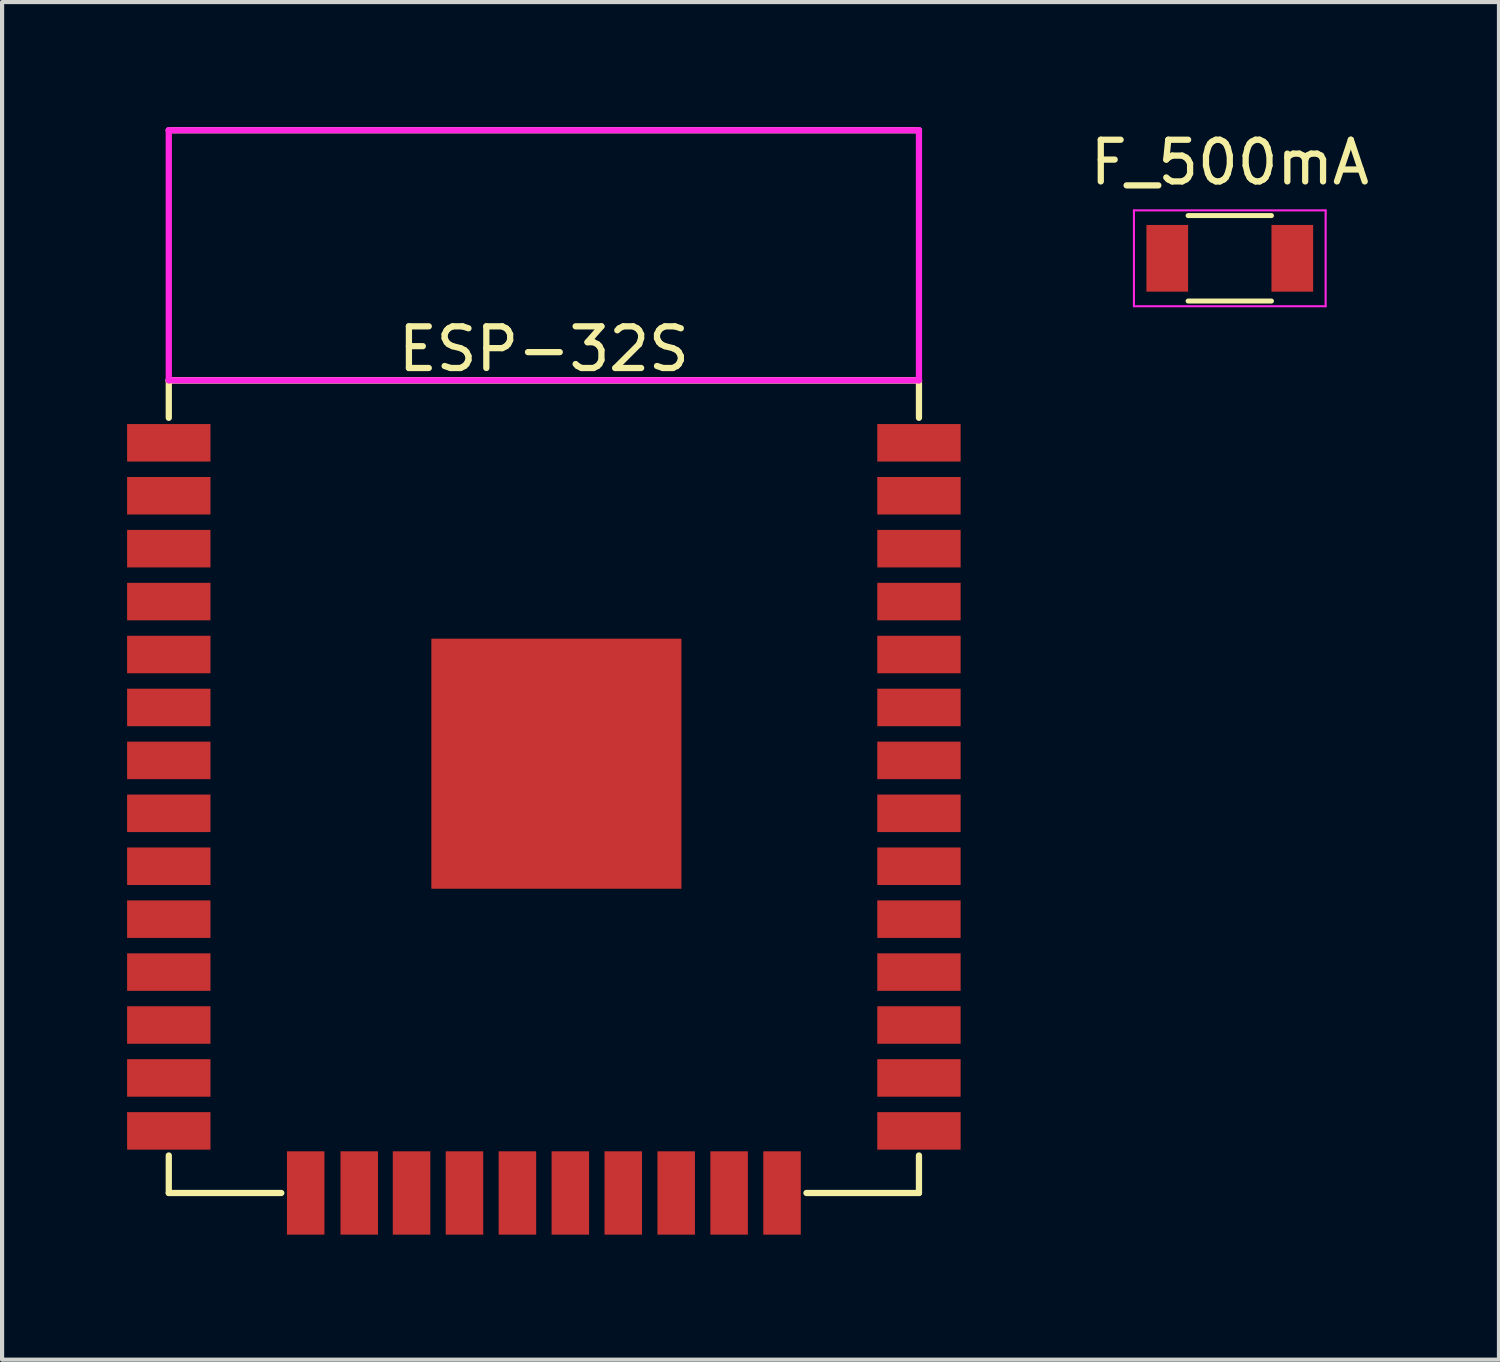
<source format=kicad_pcb>
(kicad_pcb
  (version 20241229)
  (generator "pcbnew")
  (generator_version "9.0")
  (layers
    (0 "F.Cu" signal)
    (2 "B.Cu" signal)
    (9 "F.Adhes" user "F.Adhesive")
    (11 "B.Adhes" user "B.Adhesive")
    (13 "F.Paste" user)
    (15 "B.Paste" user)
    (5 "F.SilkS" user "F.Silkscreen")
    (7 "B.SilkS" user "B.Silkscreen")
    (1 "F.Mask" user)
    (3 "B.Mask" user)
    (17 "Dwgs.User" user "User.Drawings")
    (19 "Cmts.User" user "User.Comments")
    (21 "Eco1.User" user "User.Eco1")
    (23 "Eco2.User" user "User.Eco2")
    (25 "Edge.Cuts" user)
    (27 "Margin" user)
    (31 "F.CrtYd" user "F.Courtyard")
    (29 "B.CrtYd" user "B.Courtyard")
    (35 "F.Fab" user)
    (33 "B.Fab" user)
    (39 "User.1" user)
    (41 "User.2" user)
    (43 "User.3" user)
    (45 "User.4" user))
  (footprint "ESP-32S"
    (layer "F.Cu")
    (at 10 12.825)
    (property "Reference" "ESP-32S" (at 0 -7.5 0) (layer "F.SilkS") (effects (font (size 1 1) (thickness 0.15))))
    (attr through_hole)
    (fp_line (start -9 -12.75) (end 9 -12.75) (stroke (width 0.15) (type solid)) (layer "F.SilkS"))
    (fp_line (start -9 -6.75) (end -9 -5.85) (stroke (width 0.15) (type solid)) (layer "F.SilkS"))
    (fp_line (start -9 -6.75) (end 9 -6.75) (stroke (width 0.15) (type solid)) (layer "F.SilkS"))
    (fp_line (start -9 -6.75) (end 9 -6.75) (stroke (width 0.15) (type solid)) (layer "F.SilkS"))
    (fp_line (start -9 12.75) (end -9 11.85) (stroke (width 0.15) (type solid)) (layer "F.SilkS"))
    (fp_line (start -9 12.75) (end -6.3 12.75) (stroke (width 0.15) (type solid)) (layer "F.SilkS"))
    (fp_line (start 9 -6.75) (end 9 -5.85) (stroke (width 0.15) (type solid)) (layer "F.SilkS"))
    (fp_line (start 9 12.75) (end 6.3 12.75) (stroke (width 0.15) (type solid)) (layer "F.SilkS"))
    (fp_line (start 9 12.75) (end 9 11.85) (stroke (width 0.15) (type solid)) (layer "F.SilkS"))
    (fp_line (start -9 -12.75) (end -9 -6.75) (stroke (width 0.15) (type solid)) (layer "F.CrtYd"))
    (fp_line (start -9 -6.75) (end 9 -6.75) (stroke (width 0.15) (type solid)) (layer "F.CrtYd"))
    (fp_line (start 9 -12.75) (end -9 -12.75) (stroke (width 0.15) (type solid)) (layer "F.CrtYd"))
    (fp_line (start 9 -6.75) (end 9 -12.75) (stroke (width 0.15) (type solid)) (layer "F.CrtYd"))
    (pad "1" smd rect (at -9 -5.25) (size 2 0.9) (layers "F.Cu" "F.Mask" "F.Paste"))
    (pad "1" smd rect (at 0.3 2.45 90) (size 6 6) (layers "F.Cu" "F.Mask" "F.Paste"))
    (pad "2" smd rect (at -9 -3.98) (size 2 0.9) (layers "F.Cu" "F.Mask" "F.Paste"))
    (pad "3" smd rect (at -9 -2.71) (size 2 0.9) (layers "F.Cu" "F.Mask" "F.Paste"))
    (pad "4" smd rect (at -9 -1.44) (size 2 0.9) (layers "F.Cu" "F.Mask" "F.Paste"))
    (pad "5" smd rect (at -9 -0.17) (size 2 0.9) (layers "F.Cu" "F.Mask" "F.Paste"))
    (pad "6" smd rect (at -9 1.1) (size 2 0.9) (layers "F.Cu" "F.Mask" "F.Paste"))
    (pad "7" smd rect (at -9 2.37) (size 2 0.9) (layers "F.Cu" "F.Mask" "F.Paste"))
    (pad "8" smd rect (at -9 3.64) (size 2 0.9) (layers "F.Cu" "F.Mask" "F.Paste"))
    (pad "9" smd rect (at -9 4.91) (size 2 0.9) (layers "F.Cu" "F.Mask" "F.Paste"))
    (pad "10" smd rect (at -9 6.18) (size 2 0.9) (layers "F.Cu" "F.Mask" "F.Paste"))
    (pad "11" smd rect (at -9 7.45) (size 2 0.9) (layers "F.Cu" "F.Mask" "F.Paste"))
    (pad "12" smd rect (at -9 8.72) (size 2 0.9) (layers "F.Cu" "F.Mask" "F.Paste"))
    (pad "13" smd rect (at -9 9.99) (size 2 0.9) (layers "F.Cu" "F.Mask" "F.Paste"))
    (pad "14" smd rect (at -9 11.26) (size 2 0.9) (layers "F.Cu" "F.Mask" "F.Paste"))
    (pad "15" smd rect (at -5.715 12.75 90) (size 2 0.9) (layers "F.Cu" "F.Mask" "F.Paste"))
    (pad "16" smd rect (at -4.43 12.75 90) (size 2 0.9) (layers "F.Cu" "F.Mask" "F.Paste"))
    (pad "17" smd rect (at -3.175 12.75 90) (size 2 0.9) (layers "F.Cu" "F.Mask" "F.Paste"))
    (pad "18" smd rect (at -1.905 12.75 90) (size 2 0.9) (layers "F.Cu" "F.Mask" "F.Paste"))
    (pad "19" smd rect (at -0.635 12.75 90) (size 2 0.9) (layers "F.Cu" "F.Mask" "F.Paste"))
    (pad "20" smd rect (at 0.635 12.75 90) (size 2 0.9) (layers "F.Cu" "F.Mask" "F.Paste"))
    (pad "21" smd rect (at 1.905 12.75 90) (size 2 0.9) (layers "F.Cu" "F.Mask" "F.Paste"))
    (pad "22" smd rect (at 3.175 12.75 90) (size 2 0.9) (layers "F.Cu" "F.Mask" "F.Paste"))
    (pad "23" smd rect (at 4.445 12.75 90) (size 2 0.9) (layers "F.Cu" "F.Mask" "F.Paste"))
    (pad "24" smd rect (at 5.715 12.75 90) (size 2 0.9) (layers "F.Cu" "F.Mask" "F.Paste"))
    (pad "25" smd rect (at 9 11.26) (size 2 0.9) (layers "F.Cu" "F.Mask" "F.Paste"))
    (pad "26" smd rect (at 9 9.99) (size 2 0.9) (layers "F.Cu" "F.Mask" "F.Paste"))
    (pad "27" smd rect (at 9 8.72) (size 2 0.9) (layers "F.Cu" "F.Mask" "F.Paste"))
    (pad "28" smd rect (at 9 7.45) (size 2 0.9) (layers "F.Cu" "F.Mask" "F.Paste"))
    (pad "29" smd rect (at 9 6.18) (size 2 0.9) (layers "F.Cu" "F.Mask" "F.Paste"))
    (pad "30" smd rect (at 9 4.91) (size 2 0.9) (layers "F.Cu" "F.Mask" "F.Paste"))
    (pad "31" smd rect (at 9 3.64) (size 2 0.9) (layers "F.Cu" "F.Mask" "F.Paste"))
    (pad "32" smd rect (at 9 2.37) (size 2 0.9) (layers "F.Cu" "F.Mask" "F.Paste"))
    (pad "33" smd rect (at 9 1.1) (size 2 0.9) (layers "F.Cu" "F.Mask" "F.Paste"))
    (pad "34" smd rect (at 9 -0.17) (size 2 0.9) (layers "F.Cu" "F.Mask" "F.Paste"))
    (pad "35" smd rect (at 9 -1.44) (size 2 0.9) (layers "F.Cu" "F.Mask" "F.Paste"))
    (pad "36" smd rect (at 9 -2.71) (size 2 0.9) (layers "F.Cu" "F.Mask" "F.Paste"))
    (pad "37" smd rect (at 9 -3.98) (size 2 0.9) (layers "F.Cu" "F.Mask" "F.Paste"))
    (pad "38" smd rect (at 9 -5.25) (size 2 0.9) (layers "F.Cu" "F.Mask" "F.Paste")))
  (footprint "F_500mA"
    (layer "F.Cu")
    (at 26.458 3.148)
    (property "Reference" "F_500mA" (at 0 -2.3 0) (layer "F.SilkS") (effects (font (size 1 1) (thickness 0.15))))
    (attr smd)
    (fp_line (start -1 1.025) (end 1 1.025) (stroke (width 0.12) (type solid)) (layer "F.SilkS"))
    (fp_line (start 1 -1.025) (end -1 -1.025) (stroke (width 0.12) (type solid)) (layer "F.SilkS"))
    (fp_line (start -2.3 -1.15) (end -2.3 1.15) (stroke (width 0.05) (type solid)) (layer "F.CrtYd"))
    (fp_line (start -2.3 -1.15) (end 2.3 -1.15) (stroke (width 0.05) (type solid)) (layer "F.CrtYd"))
    (fp_line (start -2.3 1.15) (end 2.3 1.15) (stroke (width 0.05) (type solid)) (layer "F.CrtYd"))
    (fp_line (start 2.3 -1.15) (end 2.3 1.15) (stroke (width 0.05) (type solid)) (layer "F.CrtYd"))
    (pad "1" smd rect (at -1.5 0) (size 1 1.6) (layers "F.Cu" "F.Mask" "F.Paste"))
    (pad "2" smd rect (at 1.5 0) (size 1 1.6) (layers "F.Cu" "F.Mask" "F.Paste")))
  (gr_rect
    (start -3 -3)
    (end 32.917 29.575)
    (stroke (width 0.1) (type default))
    (fill no)
    (layer "Edge.Cuts")))
</source>
